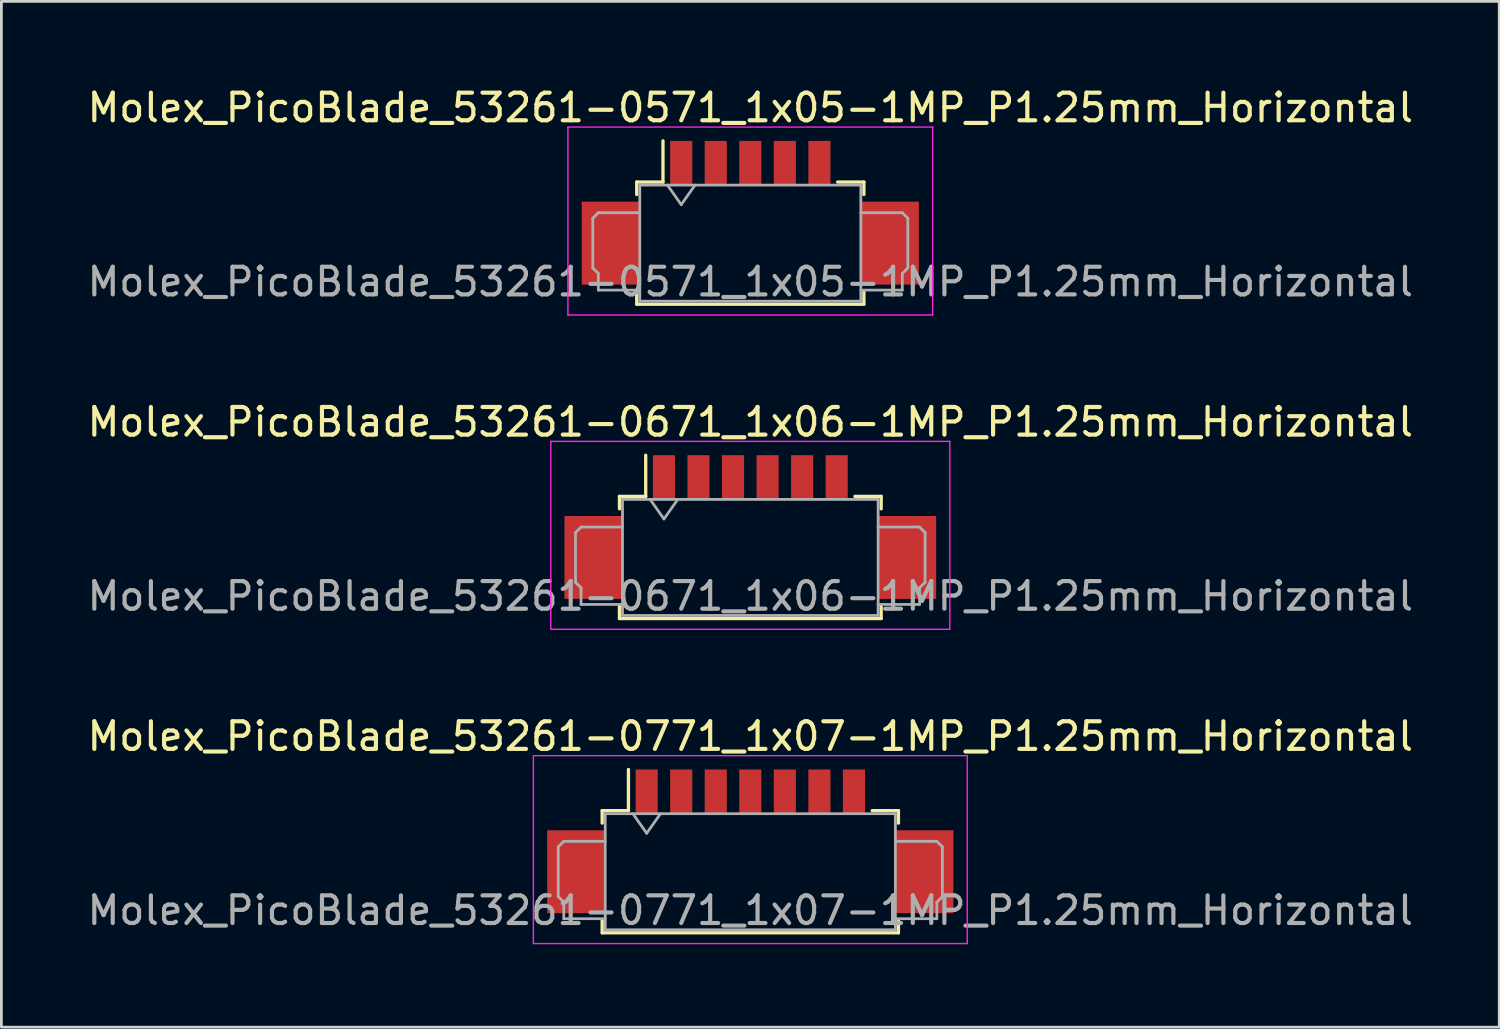
<source format=kicad_pcb>
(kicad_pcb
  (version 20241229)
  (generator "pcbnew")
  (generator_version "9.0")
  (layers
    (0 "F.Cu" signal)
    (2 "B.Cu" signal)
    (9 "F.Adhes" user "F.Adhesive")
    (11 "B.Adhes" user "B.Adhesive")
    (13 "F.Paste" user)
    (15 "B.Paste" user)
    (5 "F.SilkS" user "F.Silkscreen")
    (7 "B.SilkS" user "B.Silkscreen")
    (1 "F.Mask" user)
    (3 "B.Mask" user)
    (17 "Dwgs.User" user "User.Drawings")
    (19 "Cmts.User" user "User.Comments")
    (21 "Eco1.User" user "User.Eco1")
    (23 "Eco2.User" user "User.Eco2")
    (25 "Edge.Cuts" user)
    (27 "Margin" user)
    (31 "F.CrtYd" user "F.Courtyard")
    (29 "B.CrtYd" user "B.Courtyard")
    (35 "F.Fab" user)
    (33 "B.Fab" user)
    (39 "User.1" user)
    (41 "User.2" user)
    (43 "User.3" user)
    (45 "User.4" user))
  (footprint "Molex_PicoBlade_53261-0771_1x07-1MP_P1.25mm_Horizontal"
    (layer "F.Cu")
    (at 24.101 27.995)
    (property "Reference" "Molex_PicoBlade_53261-0771_1x07-1MP_P1.25mm_Horizontal" (at 0 -4.4 0) (layer "F.SilkS") (effects (font (size 1 1) (thickness 0.15))))
    (attr smd)
    (fp_line (start -5.36 -1.71) (end -4.41 -1.71) (stroke (width 0.12) (type solid)) (layer "F.SilkS"))
    (fp_line (start -5.36 -1.26) (end -5.36 -1.71) (stroke (width 0.12) (type solid)) (layer "F.SilkS"))
    (fp_line (start -5.36 2.26) (end -5.36 2.71) (stroke (width 0.12) (type solid)) (layer "F.SilkS"))
    (fp_line (start -5.36 2.71) (end 5.36 2.71) (stroke (width 0.12) (type solid)) (layer "F.SilkS"))
    (fp_line (start -4.41 -1.71) (end -4.41 -3.2) (stroke (width 0.12) (type solid)) (layer "F.SilkS"))
    (fp_line (start 5.36 -1.71) (end 4.41 -1.71) (stroke (width 0.12) (type solid)) (layer "F.SilkS"))
    (fp_line (start 5.36 -1.26) (end 5.36 -1.71) (stroke (width 0.12) (type solid)) (layer "F.SilkS"))
    (fp_line (start 5.36 2.71) (end 5.36 2.26) (stroke (width 0.12) (type solid)) (layer "F.SilkS"))
    (fp_line (start -7.85 -3.7) (end -7.85 3.1) (stroke (width 0.05) (type solid)) (layer "F.CrtYd"))
    (fp_line (start -7.85 3.1) (end 7.85 3.1) (stroke (width 0.05) (type solid)) (layer "F.CrtYd"))
    (fp_line (start 7.85 -3.7) (end -7.85 -3.7) (stroke (width 0.05) (type solid)) (layer "F.CrtYd"))
    (fp_line (start 7.85 3.1) (end 7.85 -3.7) (stroke (width 0.05) (type solid)) (layer "F.CrtYd"))
    (fp_line (start -6.95 -0.4) (end -6.95 1.4) (stroke (width 0.1) (type solid)) (layer "F.Fab"))
    (fp_line (start -6.95 1.4) (end -6.75 1.6) (stroke (width 0.1) (type solid)) (layer "F.Fab"))
    (fp_line (start -6.75 -0.6) (end -6.95 -0.4) (stroke (width 0.1) (type solid)) (layer "F.Fab"))
    (fp_line (start -6.75 1.6) (end -6.75 2.2) (stroke (width 0.1) (type solid)) (layer "F.Fab"))
    (fp_line (start -6.75 2.2) (end -5.25 2.2) (stroke (width 0.1) (type solid)) (layer "F.Fab"))
    (fp_line (start -5.25 -1.6) (end -5.25 2.6) (stroke (width 0.1) (type solid)) (layer "F.Fab"))
    (fp_line (start -5.25 -1.6) (end 5.25 -1.6) (stroke (width 0.1) (type solid)) (layer "F.Fab"))
    (fp_line (start -5.25 -0.6) (end -6.75 -0.6) (stroke (width 0.1) (type solid)) (layer "F.Fab"))
    (fp_line (start -5.25 2.6) (end 5.25 2.6) (stroke (width 0.1) (type solid)) (layer "F.Fab"))
    (fp_line (start -4.25 -1.6) (end -3.75 -0.893) (stroke (width 0.1) (type solid)) (layer "F.Fab"))
    (fp_line (start -3.75 -0.893) (end -3.25 -1.6) (stroke (width 0.1) (type solid)) (layer "F.Fab"))
    (fp_line (start 5.25 -1.6) (end 5.25 2.6) (stroke (width 0.1) (type solid)) (layer "F.Fab"))
    (fp_line (start 5.25 -0.6) (end 6.75 -0.6) (stroke (width 0.1) (type solid)) (layer "F.Fab"))
    (fp_line (start 6.75 -0.6) (end 6.95 -0.4) (stroke (width 0.1) (type solid)) (layer "F.Fab"))
    (fp_line (start 6.75 1.6) (end 6.75 2.2) (stroke (width 0.1) (type solid)) (layer "F.Fab"))
    (fp_line (start 6.75 2.2) (end 5.25 2.2) (stroke (width 0.1) (type solid)) (layer "F.Fab"))
    (fp_line (start 6.95 -0.4) (end 6.95 1.4) (stroke (width 0.1) (type solid)) (layer "F.Fab"))
    (fp_line (start 6.95 1.4) (end 6.75 1.6) (stroke (width 0.1) (type solid)) (layer "F.Fab"))
    (fp_text user "${REFERENCE}" (at 0 1.9 0) (layer "F.Fab") (effects (font (size 1 1) (thickness 0.15))))
    (pad "1" smd rect (at -3.75 -2.4) (size 0.8 1.6) (layers "F.Cu" "F.Mask" "F.Paste"))
    (pad "2" smd rect (at -2.5 -2.4) (size 0.8 1.6) (layers "F.Cu" "F.Mask" "F.Paste"))
    (pad "3" smd rect (at -1.25 -2.4) (size 0.8 1.6) (layers "F.Cu" "F.Mask" "F.Paste"))
    (pad "4" smd rect (at 0 -2.4) (size 0.8 1.6) (layers "F.Cu" "F.Mask" "F.Paste"))
    (pad "5" smd rect (at 1.25 -2.4) (size 0.8 1.6) (layers "F.Cu" "F.Mask" "F.Paste"))
    (pad "6" smd rect (at 2.5 -2.4) (size 0.8 1.6) (layers "F.Cu" "F.Mask" "F.Paste"))
    (pad "7" smd rect (at 3.75 -2.4) (size 0.8 1.6) (layers "F.Cu" "F.Mask" "F.Paste"))
    (pad "MP" smd rect (at -6.3 0.5) (size 2.1 3) (layers "F.Cu" "F.Mask" "F.Paste"))
    (pad "MP" smd rect (at 6.3 0.5) (size 2.1 3) (layers "F.Cu" "F.Mask" "F.Paste")))
  (footprint "Molex_PicoBlade_53261-0571_1x05-1MP_P1.25mm_Horizontal"
    (layer "F.Cu")
    (at 24.101 5.248)
    (property "Reference" "Molex_PicoBlade_53261-0571_1x05-1MP_P1.25mm_Horizontal" (at 0 -4.4 0) (layer "F.SilkS") (effects (font (size 1 1) (thickness 0.15))))
    (attr smd)
    (fp_line (start -4.11 -1.71) (end -3.16 -1.71) (stroke (width 0.12) (type solid)) (layer "F.SilkS"))
    (fp_line (start -4.11 -1.26) (end -4.11 -1.71) (stroke (width 0.12) (type solid)) (layer "F.SilkS"))
    (fp_line (start -4.11 2.26) (end -4.11 2.71) (stroke (width 0.12) (type solid)) (layer "F.SilkS"))
    (fp_line (start -4.11 2.71) (end 4.11 2.71) (stroke (width 0.12) (type solid)) (layer "F.SilkS"))
    (fp_line (start -3.16 -1.71) (end -3.16 -3.2) (stroke (width 0.12) (type solid)) (layer "F.SilkS"))
    (fp_line (start 4.11 -1.71) (end 3.16 -1.71) (stroke (width 0.12) (type solid)) (layer "F.SilkS"))
    (fp_line (start 4.11 -1.26) (end 4.11 -1.71) (stroke (width 0.12) (type solid)) (layer "F.SilkS"))
    (fp_line (start 4.11 2.71) (end 4.11 2.26) (stroke (width 0.12) (type solid)) (layer "F.SilkS"))
    (fp_line (start -6.6 -3.7) (end -6.6 3.1) (stroke (width 0.05) (type solid)) (layer "F.CrtYd"))
    (fp_line (start -6.6 3.1) (end 6.6 3.1) (stroke (width 0.05) (type solid)) (layer "F.CrtYd"))
    (fp_line (start 6.6 -3.7) (end -6.6 -3.7) (stroke (width 0.05) (type solid)) (layer "F.CrtYd"))
    (fp_line (start 6.6 3.1) (end 6.6 -3.7) (stroke (width 0.05) (type solid)) (layer "F.CrtYd"))
    (fp_line (start -5.7 -0.4) (end -5.7 1.4) (stroke (width 0.1) (type solid)) (layer "F.Fab"))
    (fp_line (start -5.7 1.4) (end -5.5 1.6) (stroke (width 0.1) (type solid)) (layer "F.Fab"))
    (fp_line (start -5.5 -0.6) (end -5.7 -0.4) (stroke (width 0.1) (type solid)) (layer "F.Fab"))
    (fp_line (start -5.5 1.6) (end -5.5 2.2) (stroke (width 0.1) (type solid)) (layer "F.Fab"))
    (fp_line (start -5.5 2.2) (end -4 2.2) (stroke (width 0.1) (type solid)) (layer "F.Fab"))
    (fp_line (start -4 -1.6) (end -4 2.6) (stroke (width 0.1) (type solid)) (layer "F.Fab"))
    (fp_line (start -4 -1.6) (end 4 -1.6) (stroke (width 0.1) (type solid)) (layer "F.Fab"))
    (fp_line (start -4 -0.6) (end -5.5 -0.6) (stroke (width 0.1) (type solid)) (layer "F.Fab"))
    (fp_line (start -4 2.6) (end 4 2.6) (stroke (width 0.1) (type solid)) (layer "F.Fab"))
    (fp_line (start -3 -1.6) (end -2.5 -0.893) (stroke (width 0.1) (type solid)) (layer "F.Fab"))
    (fp_line (start -2.5 -0.893) (end -2 -1.6) (stroke (width 0.1) (type solid)) (layer "F.Fab"))
    (fp_line (start 4 -1.6) (end 4 2.6) (stroke (width 0.1) (type solid)) (layer "F.Fab"))
    (fp_line (start 4 -0.6) (end 5.5 -0.6) (stroke (width 0.1) (type solid)) (layer "F.Fab"))
    (fp_line (start 5.5 -0.6) (end 5.7 -0.4) (stroke (width 0.1) (type solid)) (layer "F.Fab"))
    (fp_line (start 5.5 1.6) (end 5.5 2.2) (stroke (width 0.1) (type solid)) (layer "F.Fab"))
    (fp_line (start 5.5 2.2) (end 4 2.2) (stroke (width 0.1) (type solid)) (layer "F.Fab"))
    (fp_line (start 5.7 -0.4) (end 5.7 1.4) (stroke (width 0.1) (type solid)) (layer "F.Fab"))
    (fp_line (start 5.7 1.4) (end 5.5 1.6) (stroke (width 0.1) (type solid)) (layer "F.Fab"))
    (fp_text user "${REFERENCE}" (at 0 1.9 0) (layer "F.Fab") (effects (font (size 1 1) (thickness 0.15))))
    (pad "1" smd rect (at -2.5 -2.4) (size 0.8 1.6) (layers "F.Cu" "F.Mask" "F.Paste"))
    (pad "2" smd rect (at -1.25 -2.4) (size 0.8 1.6) (layers "F.Cu" "F.Mask" "F.Paste"))
    (pad "3" smd rect (at 0 -2.4) (size 0.8 1.6) (layers "F.Cu" "F.Mask" "F.Paste"))
    (pad "4" smd rect (at 1.25 -2.4) (size 0.8 1.6) (layers "F.Cu" "F.Mask" "F.Paste"))
    (pad "5" smd rect (at 2.5 -2.4) (size 0.8 1.6) (layers "F.Cu" "F.Mask" "F.Paste"))
    (pad "MP" smd rect (at -5.05 0.5) (size 2.1 3) (layers "F.Cu" "F.Mask" "F.Paste"))
    (pad "MP" smd rect (at 5.05 0.5) (size 2.1 3) (layers "F.Cu" "F.Mask" "F.Paste")))
  (footprint "Molex_PicoBlade_53261-0671_1x06-1MP_P1.25mm_Horizontal"
    (layer "F.Cu")
    (at 24.101 16.622)
    (property "Reference" "Molex_PicoBlade_53261-0671_1x06-1MP_P1.25mm_Horizontal" (at 0 -4.4 0) (layer "F.SilkS") (effects (font (size 1 1) (thickness 0.15))))
    (attr smd)
    (fp_line (start -4.735 -1.71) (end -3.785 -1.71) (stroke (width 0.12) (type solid)) (layer "F.SilkS"))
    (fp_line (start -4.735 -1.26) (end -4.735 -1.71) (stroke (width 0.12) (type solid)) (layer "F.SilkS"))
    (fp_line (start -4.735 2.26) (end -4.735 2.71) (stroke (width 0.12) (type solid)) (layer "F.SilkS"))
    (fp_line (start -4.735 2.71) (end 4.735 2.71) (stroke (width 0.12) (type solid)) (layer "F.SilkS"))
    (fp_line (start -3.785 -1.71) (end -3.785 -3.2) (stroke (width 0.12) (type solid)) (layer "F.SilkS"))
    (fp_line (start 4.735 -1.71) (end 3.785 -1.71) (stroke (width 0.12) (type solid)) (layer "F.SilkS"))
    (fp_line (start 4.735 -1.26) (end 4.735 -1.71) (stroke (width 0.12) (type solid)) (layer "F.SilkS"))
    (fp_line (start 4.735 2.71) (end 4.735 2.26) (stroke (width 0.12) (type solid)) (layer "F.SilkS"))
    (fp_line (start -7.22 -3.7) (end -7.22 3.1) (stroke (width 0.05) (type solid)) (layer "F.CrtYd"))
    (fp_line (start -7.22 3.1) (end 7.22 3.1) (stroke (width 0.05) (type solid)) (layer "F.CrtYd"))
    (fp_line (start 7.22 -3.7) (end -7.22 -3.7) (stroke (width 0.05) (type solid)) (layer "F.CrtYd"))
    (fp_line (start 7.22 3.1) (end 7.22 -3.7) (stroke (width 0.05) (type solid)) (layer "F.CrtYd"))
    (fp_line (start -6.325 -0.4) (end -6.325 1.4) (stroke (width 0.1) (type solid)) (layer "F.Fab"))
    (fp_line (start -6.325 1.4) (end -6.125 1.6) (stroke (width 0.1) (type solid)) (layer "F.Fab"))
    (fp_line (start -6.125 -0.6) (end -6.325 -0.4) (stroke (width 0.1) (type solid)) (layer "F.Fab"))
    (fp_line (start -6.125 1.6) (end -6.125 2.2) (stroke (width 0.1) (type solid)) (layer "F.Fab"))
    (fp_line (start -6.125 2.2) (end -4.625 2.2) (stroke (width 0.1) (type solid)) (layer "F.Fab"))
    (fp_line (start -4.625 -1.6) (end -4.625 2.6) (stroke (width 0.1) (type solid)) (layer "F.Fab"))
    (fp_line (start -4.625 -1.6) (end 4.625 -1.6) (stroke (width 0.1) (type solid)) (layer "F.Fab"))
    (fp_line (start -4.625 -0.6) (end -6.125 -0.6) (stroke (width 0.1) (type solid)) (layer "F.Fab"))
    (fp_line (start -4.625 2.6) (end 4.625 2.6) (stroke (width 0.1) (type solid)) (layer "F.Fab"))
    (fp_line (start -3.625 -1.6) (end -3.125 -0.893) (stroke (width 0.1) (type solid)) (layer "F.Fab"))
    (fp_line (start -3.125 -0.893) (end -2.625 -1.6) (stroke (width 0.1) (type solid)) (layer "F.Fab"))
    (fp_line (start 4.625 -1.6) (end 4.625 2.6) (stroke (width 0.1) (type solid)) (layer "F.Fab"))
    (fp_line (start 4.625 -0.6) (end 6.125 -0.6) (stroke (width 0.1) (type solid)) (layer "F.Fab"))
    (fp_line (start 6.125 -0.6) (end 6.325 -0.4) (stroke (width 0.1) (type solid)) (layer "F.Fab"))
    (fp_line (start 6.125 1.6) (end 6.125 2.2) (stroke (width 0.1) (type solid)) (layer "F.Fab"))
    (fp_line (start 6.125 2.2) (end 4.625 2.2) (stroke (width 0.1) (type solid)) (layer "F.Fab"))
    (fp_line (start 6.325 -0.4) (end 6.325 1.4) (stroke (width 0.1) (type solid)) (layer "F.Fab"))
    (fp_line (start 6.325 1.4) (end 6.125 1.6) (stroke (width 0.1) (type solid)) (layer "F.Fab"))
    (fp_text user "${REFERENCE}" (at 0 1.9 0) (layer "F.Fab") (effects (font (size 1 1) (thickness 0.15))))
    (pad "1" smd rect (at -3.125 -2.4) (size 0.8 1.6) (layers "F.Cu" "F.Mask" "F.Paste"))
    (pad "2" smd rect (at -1.875 -2.4) (size 0.8 1.6) (layers "F.Cu" "F.Mask" "F.Paste"))
    (pad "3" smd rect (at -0.625 -2.4) (size 0.8 1.6) (layers "F.Cu" "F.Mask" "F.Paste"))
    (pad "4" smd rect (at 0.625 -2.4) (size 0.8 1.6) (layers "F.Cu" "F.Mask" "F.Paste"))
    (pad "5" smd rect (at 1.875 -2.4) (size 0.8 1.6) (layers "F.Cu" "F.Mask" "F.Paste"))
    (pad "6" smd rect (at 3.125 -2.4) (size 0.8 1.6) (layers "F.Cu" "F.Mask" "F.Paste"))
    (pad "MP" smd rect (at -5.675 0.5) (size 2.1 3) (layers "F.Cu" "F.Mask" "F.Paste"))
    (pad "MP" smd rect (at 5.675 0.5) (size 2.1 3) (layers "F.Cu" "F.Mask" "F.Paste")))
  (gr_rect
    (start -3 -3)
    (end 51.202 34.12)
    (stroke (width 0.1) (type default))
    (fill no)
    (layer "Edge.Cuts")))
</source>
